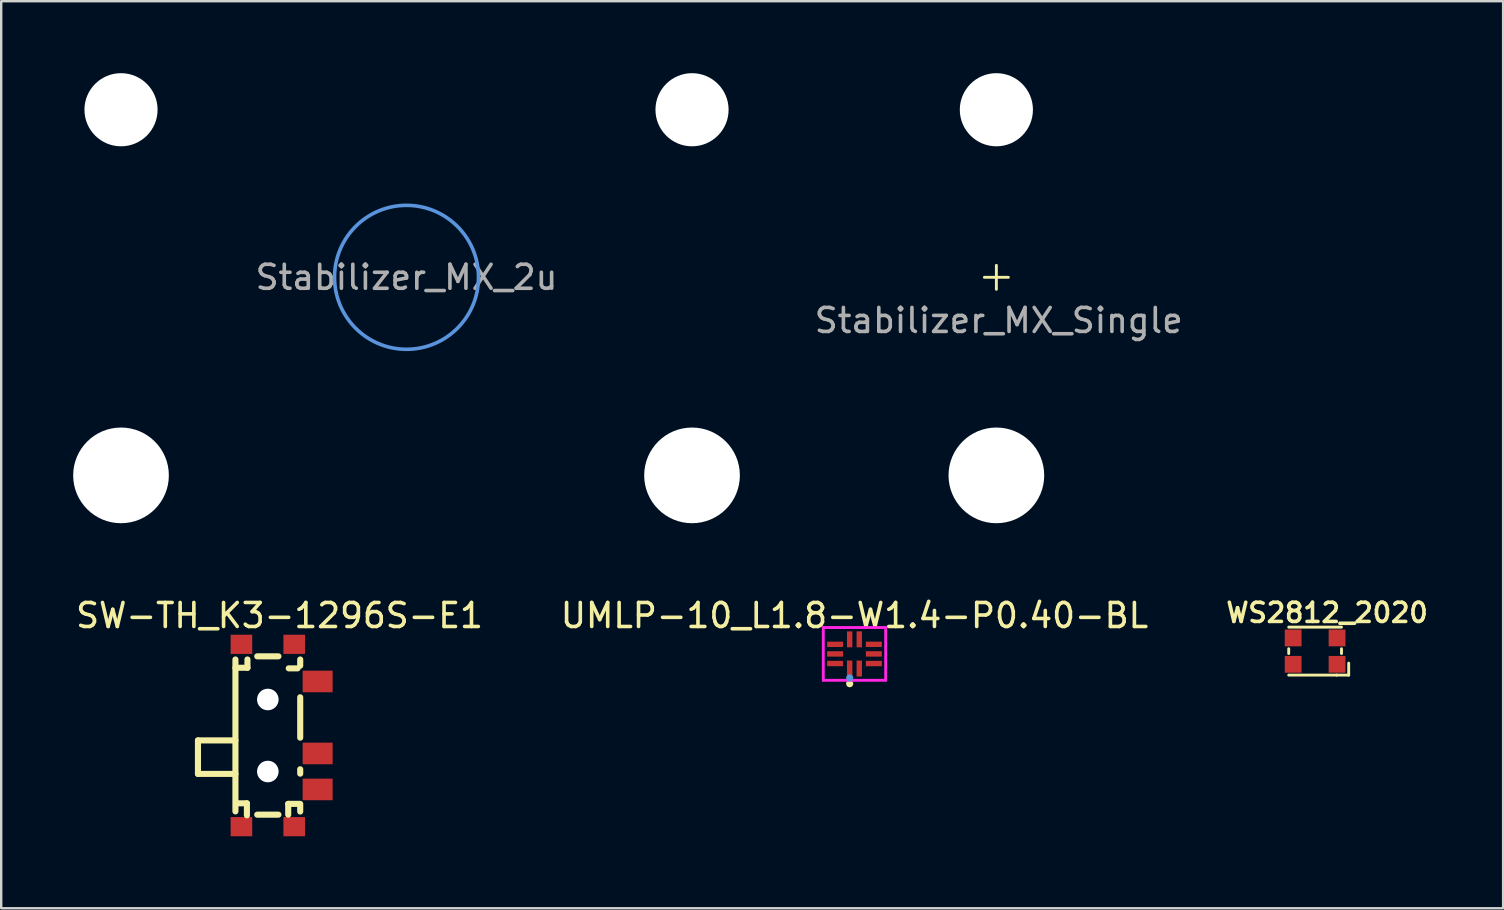
<source format=kicad_pcb>
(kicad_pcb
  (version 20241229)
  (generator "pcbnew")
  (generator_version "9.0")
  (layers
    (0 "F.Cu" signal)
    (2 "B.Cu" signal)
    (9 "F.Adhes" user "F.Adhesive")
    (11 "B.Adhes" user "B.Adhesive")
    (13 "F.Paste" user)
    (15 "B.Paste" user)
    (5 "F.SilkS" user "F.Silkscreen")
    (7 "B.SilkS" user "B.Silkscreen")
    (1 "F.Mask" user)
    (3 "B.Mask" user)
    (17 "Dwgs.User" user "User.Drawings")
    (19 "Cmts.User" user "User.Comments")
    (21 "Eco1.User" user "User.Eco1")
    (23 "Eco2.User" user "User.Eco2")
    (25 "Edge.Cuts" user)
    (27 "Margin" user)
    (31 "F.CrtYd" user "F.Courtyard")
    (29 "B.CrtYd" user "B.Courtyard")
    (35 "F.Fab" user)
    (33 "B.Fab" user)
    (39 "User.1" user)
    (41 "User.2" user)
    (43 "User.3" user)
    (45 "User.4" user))
  (footprint "Stabilizer_MX_Single"
    (layer "F.Cu")
    (at 38.479 8.509)
    (property "Reference" "Stabilizer_MX_Single" (at 0.1 1.8 0) (layer "F.Fab") (effects (font (size 1 1) (thickness 0.15))))
    (attr through_hole)
    (fp_line (start -0.5 0) (end 0.5 0) (stroke (width 0.12) (type solid)) (layer "F.SilkS"))
    (fp_line (start 0 -0.5) (end 0 0.5) (stroke (width 0.12) (type solid)) (layer "F.SilkS"))
    (pad "" np_thru_hole circle (at 0 -6.985) (size 3.048 3.048) (drill 3.048) (layers "*.Cu" "*.Mask"))
    (pad "" np_thru_hole circle (at 0 8.255) (size 3.988 3.988) (drill 3.988) (layers "*.Cu" "*.Mask")))
  (footprint "WS2812_2020"
    (layer "F.Cu")
    (at 51.764 24.089)
    (property "Reference" "WS2812_2020" (at 0.5 -1.6 0) (layer "F.SilkS") (effects (font (size 0.8 0.8) (thickness 0.15))))
    (attr smd)
    (fp_line (start -1.1 -1) (end 1.1 -1) (stroke (width 0.12) (type solid)) (layer "F.SilkS"))
    (fp_line (start -1.1 -0.1) (end -1.1 0.1) (stroke (width 0.12) (type solid)) (layer "F.SilkS"))
    (fp_line (start -1.1 1) (end 0.9 1) (stroke (width 0.12) (type solid)) (layer "F.SilkS"))
    (fp_line (start 0.9 1) (end 1.4 1) (stroke (width 0.12) (type solid)) (layer "F.SilkS"))
    (fp_line (start 1.1 -0.1) (end 1.1 0.1) (stroke (width 0.12) (type solid)) (layer "F.SilkS"))
    (fp_line (start 1.4 1) (end 1.4 0.5) (stroke (width 0.12) (type solid)) (layer "F.SilkS"))
    (pad "1" smd rect (at 0.915 0.55) (size 0.7 0.7) (layers "F.Cu" "F.Mask" "F.Paste"))
    (pad "2" smd rect (at 0.915 -0.55) (size 0.7 0.7) (layers "F.Cu" "F.Mask" "F.Paste"))
    (pad "3" smd rect (at -0.915 -0.55) (size 0.7 0.7) (layers "F.Cu" "F.Mask" "F.Paste"))
    (pad "4" smd rect (at -0.915 0.55) (size 0.7 0.7) (layers "F.Cu" "F.Mask" "F.Paste")))
  (footprint "Stabilizer_MX_2u"
    (layer "F.Cu")
    (at 13.894 8.509)
    (property "Reference" "Stabilizer_MX_2u" (at 0 0 0) (layer "F.Fab") (effects (font (size 1 1) (thickness 0.15))))
    (attr through_hole)
    (fp_circle (center 0 0) (end 3 0) (stroke (width 0.15) (type solid)) (fill no) (layer "Cmts.User"))
    (pad "" np_thru_hole circle (at -11.9 -6.985) (size 3.048 3.048) (drill 3.048) (layers "*.Cu" "*.Mask"))
    (pad "" np_thru_hole circle (at -11.9 8.255) (size 3.988 3.988) (drill 3.988) (layers "*.Cu" "*.Mask"))
    (pad "" np_thru_hole circle (at 11.9 -6.985) (size 3.048 3.048) (drill 3.048) (layers "*.Cu" "*.Mask"))
    (pad "" np_thru_hole circle (at 11.9 8.255) (size 3.988 3.988) (drill 3.988) (layers "*.Cu" "*.Mask")))
  (footprint "UMLP-10_L1.8-W1.4-P0.40-BL"
    (layer "F.Cu")
    (at 32.565 24.206)
    (property "Reference" "UMLP-10_L1.8-W1.4-P0.40-BL" (at 0 -1.6 0) (layer "F.SilkS") (effects (font (size 1 1) (thickness 0.15))))
    (attr smd)
    (fp_circle (center -0.2 1.24) (end -0.125 1.24) (stroke (width 0.15) (type solid)) (fill no) (layer "F.SilkS"))
    (fp_circle (center -0.2 1) (end -0.125 1) (stroke (width 0.15) (type solid)) (fill no) (layer "Cmts.User"))
    (fp_line (start -1.3 -1.1) (end 1.3 -1.1) (stroke (width 0.12) (type solid)) (layer "F.CrtYd"))
    (fp_line (start -1.3 1.1) (end -1.3 -1.1) (stroke (width 0.12) (type solid)) (layer "F.CrtYd"))
    (fp_line (start 1.3 -1.1) (end 1.3 1.1) (stroke (width 0.12) (type solid)) (layer "F.CrtYd"))
    (fp_line (start 1.3 1.1) (end -1.3 1.1) (stroke (width 0.12) (type solid)) (layer "F.CrtYd"))
    (pad "1" smd rect (at -0.2 0.608) (size 0.224 0.665) (layers "F.Cu" "F.Mask" "F.Paste"))
    (pad "2" smd rect (at 0.2 0.608) (size 0.224 0.665) (layers "F.Cu" "F.Mask" "F.Paste"))
    (pad "3" smd rect (at 0.807 0.4) (size 0.665 0.224) (layers "F.Cu" "F.Mask" "F.Paste"))
    (pad "4" smd rect (at 0.807 0) (size 0.665 0.224) (layers "F.Cu" "F.Mask" "F.Paste"))
    (pad "5" smd rect (at 0.807 -0.4) (size 0.665 0.224) (layers "F.Cu" "F.Mask" "F.Paste"))
    (pad "6" smd rect (at 0.2 -0.608) (size 0.224 0.665) (layers "F.Cu" "F.Mask" "F.Paste"))
    (pad "7" smd rect (at -0.2 -0.608) (size 0.224 0.665) (layers "F.Cu" "F.Mask" "F.Paste"))
    (pad "8" smd rect (at -0.807 -0.4) (size 0.665 0.224) (layers "F.Cu" "F.Mask" "F.Paste"))
    (pad "9" smd rect (at -0.807 0) (size 0.665 0.224) (layers "F.Cu" "F.Mask" "F.Paste"))
    (pad "10" smd rect (at -0.807 0.4) (size 0.665 0.224) (layers "F.Cu" "F.Mask" "F.Paste")))
  (footprint "SW-TH_K3-1296S-E1"
    (layer "F.Cu")
    (at 8.601 27.606)
    (property "Reference" "SW-TH_K3-1296S-E1" (at 0 -5 0) (layer "F.SilkS") (effects (font (size 1 1) (thickness 0.15))))
    (attr smd)
    (fp_line (start -3.4 0.204) (end -3.4 1.6) (stroke (width 0.254) (type solid)) (layer "F.SilkS"))
    (fp_line (start -3.4 1.6) (end -1.838 1.6) (stroke (width 0.254) (type solid)) (layer "F.SilkS"))
    (fp_line (start -1.838 0.204) (end -3.4 0.204) (stroke (width 0.254) (type solid)) (layer "F.SilkS"))
    (fp_line (start -1.838 3.164) (end -1.838 -3.169) (stroke (width 0.254) (type solid)) (layer "F.SilkS"))
    (fp_line (start -1.36 2.826) (end -1.81 2.826) (stroke (width 0.254) (type solid)) (layer "F.SilkS"))
    (fp_line (start -1.36 3.327) (end -1.36 2.826) (stroke (width 0.254) (type solid)) (layer "F.SilkS"))
    (fp_line (start -1.337 -2.823) (end -1.838 -2.823) (stroke (width 0.254) (type solid)) (layer "F.SilkS"))
    (fp_line (start -1.337 -2.823) (end -1.337 -3.169) (stroke (width 0.254) (type solid)) (layer "F.SilkS"))
    (fp_line (start -0.93 -3.3) (end -0.046 -3.3) (stroke (width 0.254) (type solid)) (layer "F.SilkS"))
    (fp_line (start -0.93 3.3) (end -0.046 3.3) (stroke (width 0.254) (type solid)) (layer "F.SilkS"))
    (fp_line (start 0.362 2.85) (end 0.362 3.3) (stroke (width 0.254) (type solid)) (layer "F.SilkS"))
    (fp_line (start 0.384 -2.799) (end 0.753 -2.799) (stroke (width 0.254) (type solid)) (layer "F.SilkS"))
    (fp_line (start 0.862 -2.91) (end 0.862 -3.169) (stroke (width 0.254) (type solid)) (layer "F.SilkS"))
    (fp_line (start 0.862 0.09) (end 0.862 -1.593) (stroke (width 0.254) (type solid)) (layer "F.SilkS"))
    (fp_line (start 0.862 1.59) (end 0.862 1.407) (stroke (width 0.254) (type solid)) (layer "F.SilkS"))
    (fp_line (start 0.862 2.85) (end 0.362 2.85) (stroke (width 0.254) (type solid)) (layer "F.SilkS"))
    (fp_line (start 0.862 3.169) (end 0.862 2.906) (stroke (width 0.254) (type solid)) (layer "F.SilkS"))
    (fp_circle (center -0.488 -1.501) (end -0.3 -1.501) (stroke (width 0.375) (type solid)) (fill no) (layer "Cmts.User"))
    (fp_circle (center -0.488 1.501) (end -0.3 1.501) (stroke (width 0.375) (type solid)) (fill no) (layer "Cmts.User"))
    (pad "" smd rect (at -1.588 -3.8 270) (size 0.8 0.9) (layers "F.Cu" "F.Mask" "F.Paste"))
    (pad "" smd rect (at -1.588 3.8 270) (size 0.8 0.9) (layers "F.Cu" "F.Mask" "F.Paste"))
    (pad "" np_thru_hole circle (at -0.488 -1.501) (size 0.9 0.9) (drill 0.9) (layers "*.Cu" "*.Mask"))
    (pad "" np_thru_hole circle (at -0.488 1.501) (size 0.9 0.9) (drill 0.9) (layers "*.Cu" "*.Mask"))
    (pad "" smd rect (at 0.612 -3.8 270) (size 0.8 0.9) (layers "F.Cu" "F.Mask" "F.Paste"))
    (pad "" smd rect (at 0.612 3.8 270) (size 0.8 0.9) (layers "F.Cu" "F.Mask" "F.Paste"))
    (pad "1" smd rect (at 1.588 2.248 180) (size 1.25 0.9) (layers "F.Cu" "F.Mask" "F.Paste"))
    (pad "2" smd rect (at 1.588 0.748 180) (size 1.25 0.9) (layers "F.Cu" "F.Mask" "F.Paste"))
    (pad "3" smd rect (at 1.588 -2.252 180) (size 1.25 0.9) (layers "F.Cu" "F.Mask" "F.Paste")))
  (gr_rect
    (start -3 -3)
    (end 59.6 34.806)
    (stroke (width 0.1) (type default))
    (fill no)
    (layer "Edge.Cuts")))
</source>
